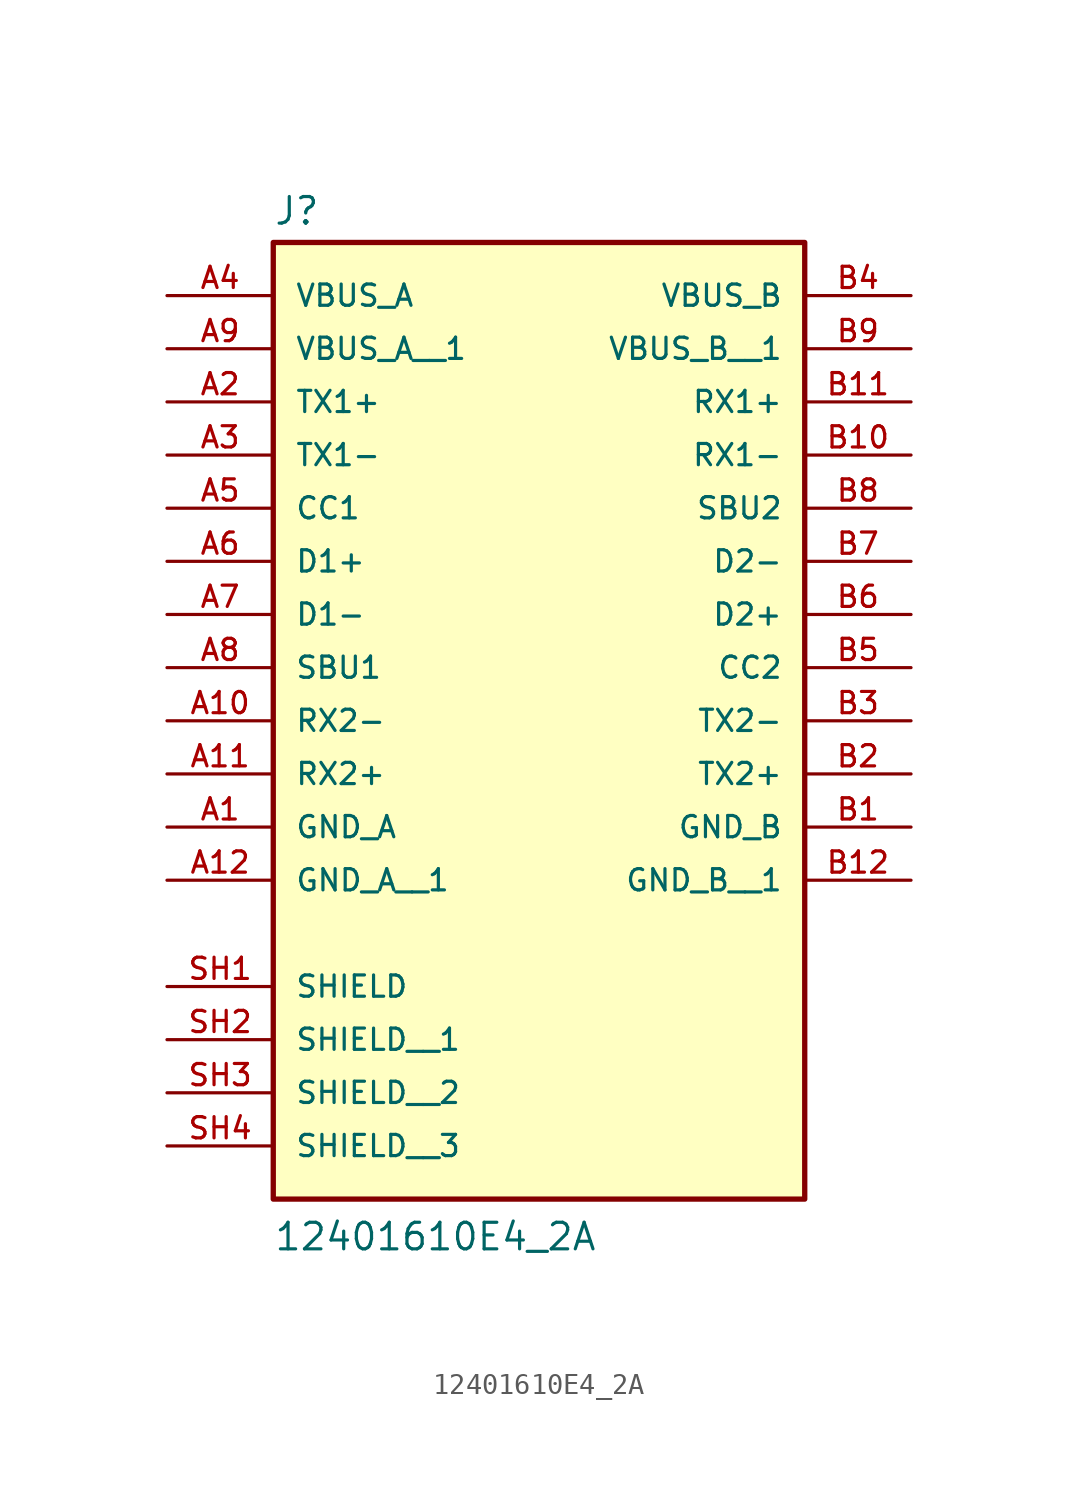
<source format=kicad_sym>
(kicad_symbol_lib
  (version 20211014)
  (generator kicad_symbol_editor)
  (symbol "12401610E4_2A"
    (pin_names
      (offset 1.016))
    (property "Reference" "J"
      (at -12.7 16.002 0)
      (effects (font (size 1.27 1.27)) (justify bottom left)))
    (property "Value" "12401610E4_2A"
      (at -12.7 -33.02 0)
      (effects (font (size 1.27 1.27)) (justify bottom left)))
    (symbol "12401610E4_2A_0_0"
      (rectangle (start -12.7 -30.48) (end 12.7 15.24) (stroke (width 0.254)) (fill (type background)))
      (pin power_in line (at -17.78 -12.7 0) (length 5.08) (name "GND_A" (effects (font (size 1.016 1.016)))) (number "A1" (effects (font (size 1.016 1.016)))))
      (pin bidirectional line (at -17.78 5.08 0) (length 5.08) (name "TX1-" (effects (font (size 1.016 1.016)))) (number "A3" (effects (font (size 1.016 1.016)))))
      (pin bidirectional line (at -17.78 7.62 0) (length 5.08) (name "TX1+" (effects (font (size 1.016 1.016)))) (number "A2" (effects (font (size 1.016 1.016)))))
      (pin power_in line (at -17.78 12.7 0) (length 5.08) (name "VBUS_A" (effects (font (size 1.016 1.016)))) (number "A4" (effects (font (size 1.016 1.016)))))
      (pin bidirectional line (at -17.78 0.0 0) (length 5.08) (name "D1+" (effects (font (size 1.016 1.016)))) (number "A6" (effects (font (size 1.016 1.016)))))
      (pin bidirectional line (at -17.78 2.54 0) (length 5.08) (name "CC1" (effects (font (size 1.016 1.016)))) (number "A5" (effects (font (size 1.016 1.016)))))
      (pin bidirectional line (at -17.78 -5.08 0) (length 5.08) (name "SBU1" (effects (font (size 1.016 1.016)))) (number "A8" (effects (font (size 1.016 1.016)))))
      (pin bidirectional line (at -17.78 -2.54 0) (length 5.08) (name "D1-" (effects (font (size 1.016 1.016)))) (number "A7" (effects (font (size 1.016 1.016)))))
      (pin bidirectional line (at -17.78 -7.62 0) (length 5.08) (name "RX2-" (effects (font (size 1.016 1.016)))) (number "A10" (effects (font (size 1.016 1.016)))))
      (pin bidirectional line (at -17.78 -10.16 0) (length 5.08) (name "RX2+" (effects (font (size 1.016 1.016)))) (number "A11" (effects (font (size 1.016 1.016)))))
      (pin passive line (at -17.78 -20.32 0) (length 5.08) (name "SHIELD" (effects (font (size 1.016 1.016)))) (number "SH1" (effects (font (size 1.016 1.016)))))
      (pin power_in line (at 17.78 -12.7 180.0) (length 5.08) (name "GND_B" (effects (font (size 1.016 1.016)))) (number "B1" (effects (font (size 1.016 1.016)))))
      (pin bidirectional line (at 17.78 -7.62 180.0) (length 5.08) (name "TX2-" (effects (font (size 1.016 1.016)))) (number "B3" (effects (font (size 1.016 1.016)))))
      (pin bidirectional line (at 17.78 -10.16 180.0) (length 5.08) (name "TX2+" (effects (font (size 1.016 1.016)))) (number "B2" (effects (font (size 1.016 1.016)))))
      (pin power_in line (at 17.78 12.7 180.0) (length 5.08) (name "VBUS_B" (effects (font (size 1.016 1.016)))) (number "B4" (effects (font (size 1.016 1.016)))))
      (pin bidirectional line (at 17.78 -2.54 180.0) (length 5.08) (name "D2+" (effects (font (size 1.016 1.016)))) (number "B6" (effects (font (size 1.016 1.016)))))
      (pin bidirectional line (at 17.78 -5.08 180.0) (length 5.08) (name "CC2" (effects (font (size 1.016 1.016)))) (number "B5" (effects (font (size 1.016 1.016)))))
      (pin bidirectional line (at 17.78 2.54 180.0) (length 5.08) (name "SBU2" (effects (font (size 1.016 1.016)))) (number "B8" (effects (font (size 1.016 1.016)))))
      (pin bidirectional line (at 17.78 0.0 180.0) (length 5.08) (name "D2-" (effects (font (size 1.016 1.016)))) (number "B7" (effects (font (size 1.016 1.016)))))
      (pin bidirectional line (at 17.78 5.08 180.0) (length 5.08) (name "RX1-" (effects (font (size 1.016 1.016)))) (number "B10" (effects (font (size 1.016 1.016)))))
      (pin bidirectional line (at 17.78 7.62 180.0) (length 5.08) (name "RX1+" (effects (font (size 1.016 1.016)))) (number "B11" (effects (font (size 1.016 1.016)))))
      (pin power_in line (at -17.78 10.16 0) (length 5.08) (name "VBUS_A__1" (effects (font (size 1.016 1.016)))) (number "A9" (effects (font (size 1.016 1.016)))))
      (pin power_in line (at -17.78 -15.24 0) (length 5.08) (name "GND_A__1" (effects (font (size 1.016 1.016)))) (number "A12" (effects (font (size 1.016 1.016)))))
      (pin passive line (at -17.78 -22.86 0) (length 5.08) (name "SHIELD__1" (effects (font (size 1.016 1.016)))) (number "SH2" (effects (font (size 1.016 1.016)))))
      (pin passive line (at -17.78 -25.4 0) (length 5.08) (name "SHIELD__2" (effects (font (size 1.016 1.016)))) (number "SH3" (effects (font (size 1.016 1.016)))))
      (pin passive line (at -17.78 -27.94 0) (length 5.08) (name "SHIELD__3" (effects (font (size 1.016 1.016)))) (number "SH4" (effects (font (size 1.016 1.016)))))
      (pin power_in line (at 17.78 10.16 180.0) (length 5.08) (name "VBUS_B__1" (effects (font (size 1.016 1.016)))) (number "B9" (effects (font (size 1.016 1.016)))))
      (pin power_in line (at 17.78 -15.24 180.0) (length 5.08) (name "GND_B__1" (effects (font (size 1.016 1.016)))) (number "B12" (effects (font (size 1.016 1.016))))))))
</source>
